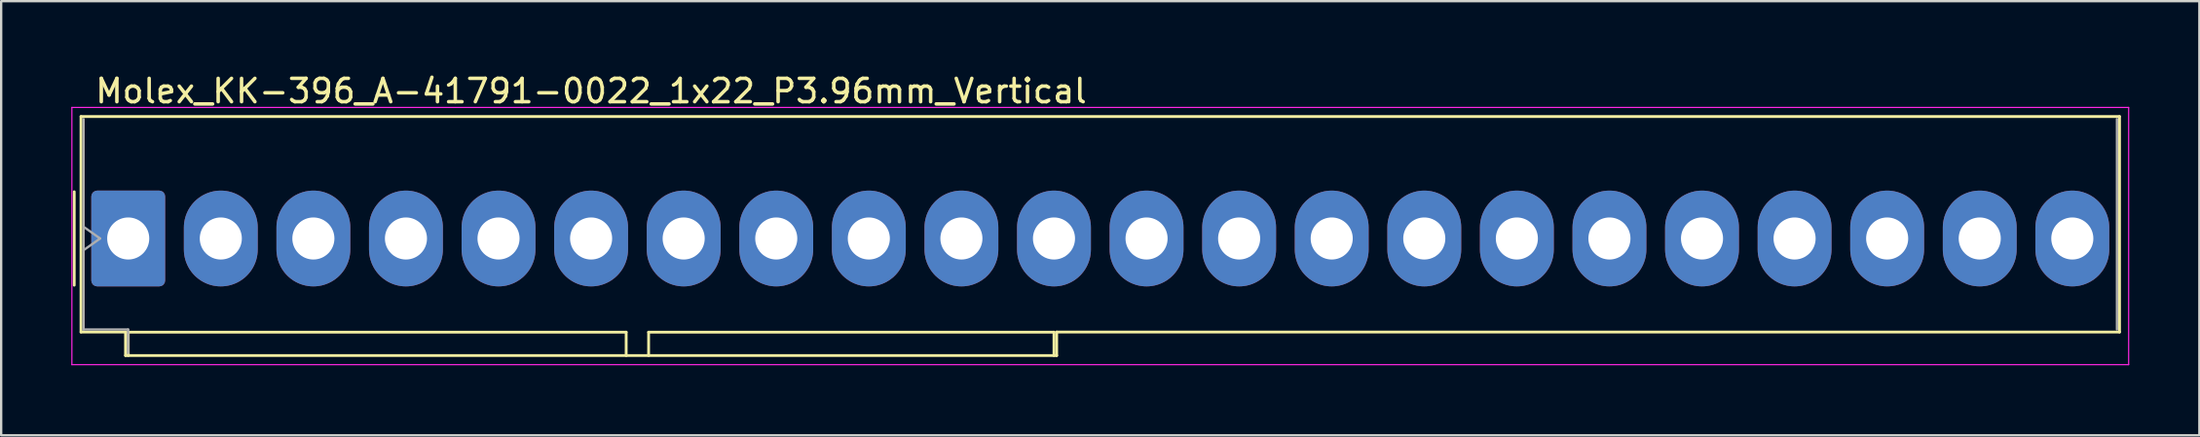
<source format=kicad_pcb>
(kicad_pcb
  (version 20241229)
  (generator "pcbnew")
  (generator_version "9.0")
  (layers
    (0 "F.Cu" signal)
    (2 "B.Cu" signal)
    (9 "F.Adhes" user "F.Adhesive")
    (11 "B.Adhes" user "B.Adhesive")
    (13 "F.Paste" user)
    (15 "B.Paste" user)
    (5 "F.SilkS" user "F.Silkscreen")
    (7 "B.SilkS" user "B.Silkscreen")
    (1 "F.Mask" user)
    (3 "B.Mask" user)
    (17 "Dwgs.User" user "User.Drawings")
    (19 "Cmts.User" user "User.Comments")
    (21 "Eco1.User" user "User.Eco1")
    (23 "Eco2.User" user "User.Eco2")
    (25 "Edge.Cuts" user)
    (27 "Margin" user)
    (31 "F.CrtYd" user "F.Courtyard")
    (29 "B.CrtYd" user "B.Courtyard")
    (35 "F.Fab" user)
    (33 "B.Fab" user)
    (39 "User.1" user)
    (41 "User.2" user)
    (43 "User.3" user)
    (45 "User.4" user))
  (footprint "Molex_KK-396_A-41791-0022_1x22_P3.96mm_Vertical"
    (layer "F.Cu")
    (at 2.435 7.158)
    (property "Reference" "Molex_KK-396_A-41791-0022_1x22_P3.96mm_Vertical" (at 19.8 -6.31 0) (layer "F.SilkS") (effects (font (size 1 1) (thickness 0.15))))
    (attr through_hole)
    (fp_line (start -2.31 -2) (end -2.31 2) (stroke (width 0.12) (type solid)) (layer "F.SilkS"))
    (fp_line (start -2.02 -5.22) (end 85.18 -5.22) (stroke (width 0.12) (type solid)) (layer "F.SilkS"))
    (fp_line (start -2.02 4.005) (end -2.02 -5.22) (stroke (width 0.12) (type solid)) (layer "F.SilkS"))
    (fp_line (start -0.115 4.005) (end -2.02 4.005) (stroke (width 0.12) (type solid)) (layer "F.SilkS"))
    (fp_line (start -0.115 5.01) (end -0.115 4.005) (stroke (width 0.12) (type solid)) (layer "F.SilkS"))
    (fp_line (start 0 4.01) (end 21.3 4.01) (stroke (width 0.12) (type solid)) (layer "F.SilkS"))
    (fp_line (start 0 5.01) (end 0 4.01) (stroke (width 0.12) (type solid)) (layer "F.SilkS"))
    (fp_line (start 21.3 4.01) (end 21.3 5.01) (stroke (width 0.12) (type solid)) (layer "F.SilkS"))
    (fp_line (start 22.26 4.01) (end 39.6 4.01) (stroke (width 0.12) (type solid)) (layer "F.SilkS"))
    (fp_line (start 22.26 5.01) (end 22.26 4.01) (stroke (width 0.12) (type solid)) (layer "F.SilkS"))
    (fp_line (start 39.6 4.01) (end 39.6 5.01) (stroke (width 0.12) (type solid)) (layer "F.SilkS"))
    (fp_line (start 39.715 4.005) (end 39.715 5.01) (stroke (width 0.12) (type solid)) (layer "F.SilkS"))
    (fp_line (start 39.715 5.01) (end -0.115 5.01) (stroke (width 0.12) (type solid)) (layer "F.SilkS"))
    (fp_line (start 85.18 -5.22) (end 85.18 4.005) (stroke (width 0.12) (type solid)) (layer "F.SilkS"))
    (fp_line (start 85.18 4.005) (end 39.715 4.005) (stroke (width 0.12) (type solid)) (layer "F.SilkS"))
    (fp_line (start -2.41 -5.61) (end -2.41 5.4) (stroke (width 0.05) (type solid)) (layer "F.CrtYd"))
    (fp_line (start -2.41 5.4) (end 85.57 5.4) (stroke (width 0.05) (type solid)) (layer "F.CrtYd"))
    (fp_line (start 85.57 -5.61) (end -2.41 -5.61) (stroke (width 0.05) (type solid)) (layer "F.CrtYd"))
    (fp_line (start 85.57 5.4) (end 85.57 -5.61) (stroke (width 0.05) (type solid)) (layer "F.CrtYd"))
    (fp_line (start -1.91 -0.5) (end -1.203 0) (stroke (width 0.1) (type solid)) (layer "F.Fab"))
    (fp_line (start -1.91 3.895) (end -1.91 -5.11) (stroke (width 0.1) (type solid)) (layer "F.Fab"))
    (fp_line (start -1.203 0) (end -1.91 0.5) (stroke (width 0.1) (type solid)) (layer "F.Fab"))
    (fp_line (start -0.005 3.895) (end -1.91 3.895) (stroke (width 0.1) (type solid)) (layer "F.Fab"))
    (fp_line (start -0.005 4.9) (end -0.005 3.895) (stroke (width 0.1) (type solid)) (layer "F.Fab"))
    (fp_line (start 85.07 -5.11) (end 85.07 3.895) (stroke (width 0.1) (type solid)) (layer "F.Fab"))
    (pad "1" thru_hole roundrect (at 0 0) (size 3.16 4.1) (drill 1.8) (layers "*.Cu" "*.Mask") (roundrect_rratio 0.079))
    (pad "2" thru_hole oval (at 3.96 0) (size 3.16 4.1) (drill 1.8) (layers "*.Cu" "*.Mask"))
    (pad "3" thru_hole oval (at 7.92 0) (size 3.16 4.1) (drill 1.8) (layers "*.Cu" "*.Mask"))
    (pad "4" thru_hole oval (at 11.88 0) (size 3.16 4.1) (drill 1.8) (layers "*.Cu" "*.Mask"))
    (pad "5" thru_hole oval (at 15.84 0) (size 3.16 4.1) (drill 1.8) (layers "*.Cu" "*.Mask"))
    (pad "6" thru_hole oval (at 19.8 0) (size 3.16 4.1) (drill 1.8) (layers "*.Cu" "*.Mask"))
    (pad "7" thru_hole oval (at 23.76 0) (size 3.16 4.1) (drill 1.8) (layers "*.Cu" "*.Mask"))
    (pad "8" thru_hole oval (at 27.72 0) (size 3.16 4.1) (drill 1.8) (layers "*.Cu" "*.Mask"))
    (pad "9" thru_hole oval (at 31.68 0) (size 3.16 4.1) (drill 1.8) (layers "*.Cu" "*.Mask"))
    (pad "10" thru_hole oval (at 35.64 0) (size 3.16 4.1) (drill 1.8) (layers "*.Cu" "*.Mask"))
    (pad "11" thru_hole oval (at 39.6 0) (size 3.16 4.1) (drill 1.8) (layers "*.Cu" "*.Mask"))
    (pad "12" thru_hole oval (at 43.56 0) (size 3.16 4.1) (drill 1.8) (layers "*.Cu" "*.Mask"))
    (pad "13" thru_hole oval (at 47.52 0) (size 3.16 4.1) (drill 1.8) (layers "*.Cu" "*.Mask"))
    (pad "14" thru_hole oval (at 51.48 0) (size 3.16 4.1) (drill 1.8) (layers "*.Cu" "*.Mask"))
    (pad "15" thru_hole oval (at 55.44 0) (size 3.16 4.1) (drill 1.8) (layers "*.Cu" "*.Mask"))
    (pad "16" thru_hole oval (at 59.4 0) (size 3.16 4.1) (drill 1.8) (layers "*.Cu" "*.Mask"))
    (pad "17" thru_hole oval (at 63.36 0) (size 3.16 4.1) (drill 1.8) (layers "*.Cu" "*.Mask"))
    (pad "18" thru_hole oval (at 67.32 0) (size 3.16 4.1) (drill 1.8) (layers "*.Cu" "*.Mask"))
    (pad "19" thru_hole oval (at 71.28 0) (size 3.16 4.1) (drill 1.8) (layers "*.Cu" "*.Mask"))
    (pad "20" thru_hole oval (at 75.24 0) (size 3.16 4.1) (drill 1.8) (layers "*.Cu" "*.Mask"))
    (pad "21" thru_hole oval (at 79.2 0) (size 3.16 4.1) (drill 1.8) (layers "*.Cu" "*.Mask"))
    (pad "22" thru_hole oval (at 83.16 0) (size 3.16 4.1) (drill 1.8) (layers "*.Cu" "*.Mask")))
  (gr_rect
    (start -3 -3)
    (end 91.03 15.583)
    (stroke (width 0.1) (type default))
    (fill no)
    (layer "Edge.Cuts")))
</source>
